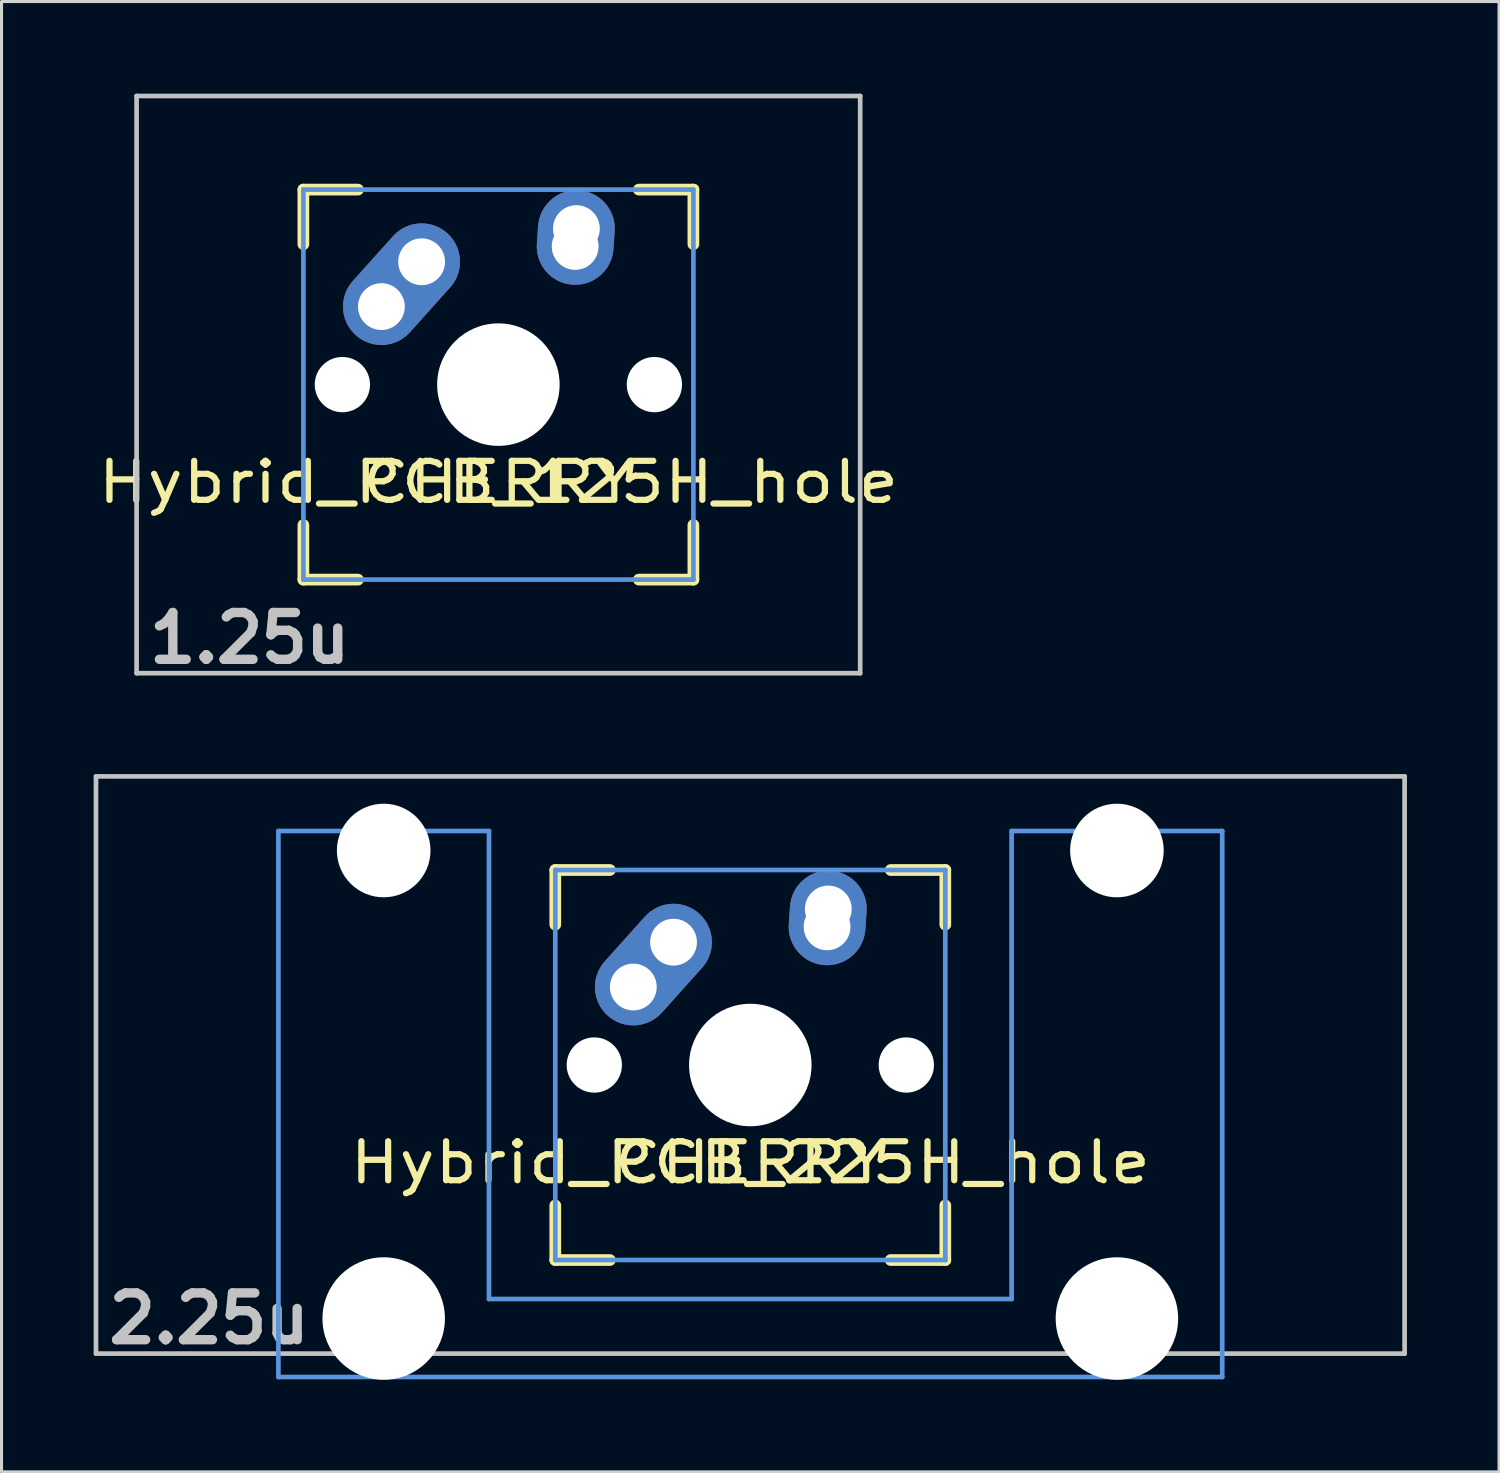
<source format=kicad_pcb>
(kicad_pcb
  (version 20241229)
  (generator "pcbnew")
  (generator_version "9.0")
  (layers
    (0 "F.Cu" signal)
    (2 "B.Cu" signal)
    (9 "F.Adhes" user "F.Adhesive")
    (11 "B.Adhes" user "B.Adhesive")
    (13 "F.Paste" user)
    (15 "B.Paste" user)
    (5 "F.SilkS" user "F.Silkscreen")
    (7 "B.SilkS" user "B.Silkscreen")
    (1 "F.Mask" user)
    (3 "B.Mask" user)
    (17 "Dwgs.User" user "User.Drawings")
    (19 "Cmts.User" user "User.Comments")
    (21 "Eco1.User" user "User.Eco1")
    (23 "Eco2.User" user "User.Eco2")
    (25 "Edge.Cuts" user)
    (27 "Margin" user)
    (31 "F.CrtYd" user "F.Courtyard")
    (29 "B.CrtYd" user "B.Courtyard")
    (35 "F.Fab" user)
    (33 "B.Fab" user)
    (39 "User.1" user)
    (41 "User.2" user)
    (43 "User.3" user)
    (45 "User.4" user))
  (footprint "Hybrid_PCB_225H_hole"
    (layer "F.Cu")
    (at 21.382 31.63)
    (property "Reference" "Hybrid_PCB_225H_hole" (at 0 3.175 0) (layer "F.SilkS") (effects (font (size 1.27 1.524) (thickness 0.203))))
    (attr through_hole)
    (fp_line (start -6.35 -6.35) (end -4.572 -6.35) (stroke (width 0.381) (type solid)) (layer "F.SilkS"))
    (fp_line (start -6.35 -4.572) (end -6.35 -6.35) (stroke (width 0.381) (type solid)) (layer "F.SilkS"))
    (fp_line (start -6.35 6.35) (end -6.35 4.572) (stroke (width 0.381) (type solid)) (layer "F.SilkS"))
    (fp_line (start -4.572 6.35) (end -6.35 6.35) (stroke (width 0.381) (type solid)) (layer "F.SilkS"))
    (fp_line (start 4.572 -6.35) (end 6.35 -6.35) (stroke (width 0.381) (type solid)) (layer "F.SilkS"))
    (fp_line (start 6.35 -6.35) (end 6.35 -4.572) (stroke (width 0.381) (type solid)) (layer "F.SilkS"))
    (fp_line (start 6.35 4.572) (end 6.35 6.35) (stroke (width 0.381) (type solid)) (layer "F.SilkS"))
    (fp_line (start 6.35 6.35) (end 4.572 6.35) (stroke (width 0.381) (type solid)) (layer "F.SilkS"))
    (fp_line (start -21.306 -9.398) (end 21.306 -9.398) (stroke (width 0.152) (type solid)) (layer "Dwgs.User"))
    (fp_line (start -21.306 9.398) (end -21.306 -9.398) (stroke (width 0.152) (type solid)) (layer "Dwgs.User"))
    (fp_line (start 21.306 -9.398) (end 21.306 9.398) (stroke (width 0.152) (type solid)) (layer "Dwgs.User"))
    (fp_line (start 21.306 9.398) (end -21.306 9.398) (stroke (width 0.152) (type solid)) (layer "Dwgs.User"))
    (fp_line (start -15.367 -7.62) (end -15.367 10.16) (stroke (width 0.152) (type solid)) (layer "Cmts.User"))
    (fp_line (start -15.367 10.16) (end 15.367 10.16) (stroke (width 0.152) (type solid)) (layer "Cmts.User"))
    (fp_line (start -8.509 -7.62) (end -15.367 -7.62) (stroke (width 0.152) (type solid)) (layer "Cmts.User"))
    (fp_line (start -8.509 7.62) (end -8.509 -7.62) (stroke (width 0.152) (type solid)) (layer "Cmts.User"))
    (fp_line (start -6.35 -6.35) (end 6.35 -6.35) (stroke (width 0.152) (type solid)) (layer "Cmts.User"))
    (fp_line (start -6.35 6.35) (end -6.35 -6.35) (stroke (width 0.152) (type solid)) (layer "Cmts.User"))
    (fp_line (start 6.35 -6.35) (end 6.35 6.35) (stroke (width 0.152) (type solid)) (layer "Cmts.User"))
    (fp_line (start 6.35 6.35) (end -6.35 6.35) (stroke (width 0.152) (type solid)) (layer "Cmts.User"))
    (fp_line (start 8.509 -7.62) (end 8.509 7.62) (stroke (width 0.152) (type solid)) (layer "Cmts.User"))
    (fp_line (start 8.509 7.62) (end -8.509 7.62) (stroke (width 0.152) (type solid)) (layer "Cmts.User"))
    (fp_line (start 15.367 -7.62) (end 8.509 -7.62) (stroke (width 0.152) (type solid)) (layer "Cmts.User"))
    (fp_line (start 15.367 10.16) (end 15.367 -7.62) (stroke (width 0.152) (type solid)) (layer "Cmts.User"))
    (fp_line (start -16.129 -2.286) (end -15.265 -2.286) (stroke (width 0.152) (type solid)) (layer "Eco2.User"))
    (fp_line (start -16.129 0.508) (end -16.129 -2.286) (stroke (width 0.152) (type solid)) (layer "Eco2.User"))
    (fp_line (start -15.265 -5.69) (end -8.611 -5.69) (stroke (width 0.152) (type solid)) (layer "Eco2.User"))
    (fp_line (start -15.265 -2.286) (end -15.265 -5.69) (stroke (width 0.152) (type solid)) (layer "Eco2.User"))
    (fp_line (start -15.265 0.508) (end -16.129 0.508) (stroke (width 0.152) (type solid)) (layer "Eco2.User"))
    (fp_line (start -15.265 6.604) (end -15.265 0.508) (stroke (width 0.152) (type solid)) (layer "Eco2.User"))
    (fp_line (start -14.224 6.604) (end -15.265 6.604) (stroke (width 0.152) (type solid)) (layer "Eco2.User"))
    (fp_line (start -14.224 7.772) (end -14.224 6.604) (stroke (width 0.152) (type solid)) (layer "Eco2.User"))
    (fp_line (start -9.652 6.604) (end -9.652 7.772) (stroke (width 0.152) (type solid)) (layer "Eco2.User"))
    (fp_line (start -9.652 7.772) (end -14.224 7.772) (stroke (width 0.152) (type solid)) (layer "Eco2.User"))
    (fp_line (start -8.611 -5.69) (end -8.611 -4.877) (stroke (width 0.152) (type solid)) (layer "Eco2.User"))
    (fp_line (start -8.611 -4.877) (end -6.985 -4.877) (stroke (width 0.152) (type solid)) (layer "Eco2.User"))
    (fp_line (start -8.611 5.817) (end -8.611 6.604) (stroke (width 0.152) (type solid)) (layer "Eco2.User"))
    (fp_line (start -8.611 6.604) (end -9.652 6.604) (stroke (width 0.152) (type solid)) (layer "Eco2.User"))
    (fp_line (start -6.985 -6.985) (end 6.985 -6.985) (stroke (width 0.152) (type solid)) (layer "Eco2.User"))
    (fp_line (start -6.985 -4.877) (end -6.985 -6.985) (stroke (width 0.152) (type solid)) (layer "Eco2.User"))
    (fp_line (start -6.985 5.817) (end -8.611 5.817) (stroke (width 0.152) (type solid)) (layer "Eco2.User"))
    (fp_line (start -6.985 6.985) (end -6.985 5.817) (stroke (width 0.152) (type solid)) (layer "Eco2.User"))
    (fp_line (start 6.985 -6.985) (end 6.985 -4.877) (stroke (width 0.152) (type solid)) (layer "Eco2.User"))
    (fp_line (start 6.985 -4.877) (end 8.611 -4.877) (stroke (width 0.152) (type solid)) (layer "Eco2.User"))
    (fp_line (start 6.985 5.817) (end 6.985 6.985) (stroke (width 0.152) (type solid)) (layer "Eco2.User"))
    (fp_line (start 6.985 6.985) (end -6.985 6.985) (stroke (width 0.152) (type solid)) (layer "Eco2.User"))
    (fp_line (start 8.611 -5.69) (end 15.265 -5.69) (stroke (width 0.152) (type solid)) (layer "Eco2.User"))
    (fp_line (start 8.611 -4.877) (end 8.611 -5.69) (stroke (width 0.152) (type solid)) (layer "Eco2.User"))
    (fp_line (start 8.611 5.817) (end 6.985 5.817) (stroke (width 0.152) (type solid)) (layer "Eco2.User"))
    (fp_line (start 8.611 6.604) (end 8.611 5.817) (stroke (width 0.152) (type solid)) (layer "Eco2.User"))
    (fp_line (start 9.652 6.604) (end 8.611 6.604) (stroke (width 0.152) (type solid)) (layer "Eco2.User"))
    (fp_line (start 9.652 7.772) (end 9.652 6.604) (stroke (width 0.152) (type solid)) (layer "Eco2.User"))
    (fp_line (start 14.224 6.604) (end 14.224 7.772) (stroke (width 0.152) (type solid)) (layer "Eco2.User"))
    (fp_line (start 14.224 7.772) (end 9.652 7.772) (stroke (width 0.152) (type solid)) (layer "Eco2.User"))
    (fp_line (start 15.265 -5.69) (end 15.265 -2.286) (stroke (width 0.152) (type solid)) (layer "Eco2.User"))
    (fp_line (start 15.265 -2.286) (end 16.129 -2.286) (stroke (width 0.152) (type solid)) (layer "Eco2.User"))
    (fp_line (start 15.265 0.508) (end 15.265 6.604) (stroke (width 0.152) (type solid)) (layer "Eco2.User"))
    (fp_line (start 15.265 6.604) (end 14.224 6.604) (stroke (width 0.152) (type solid)) (layer "Eco2.User"))
    (fp_line (start 16.129 -2.286) (end 16.129 0.508) (stroke (width 0.152) (type solid)) (layer "Eco2.User"))
    (fp_line (start 16.129 0.508) (end 15.265 0.508) (stroke (width 0.152) (type solid)) (layer "Eco2.User"))
    (fp_text user "CHERRY" (at 0 3.175 0) (layer "F.SilkS") (effects (font (size 1.27 1.524) (thickness 0.203))))
    (fp_text user "2.25u" (at -17.623 8.255 0) (layer "Dwgs.User") (effects (font (size 1.524 1.524) (thickness 0.305))))
    (pad "" np_thru_hole circle (at -11.938 -6.985) (size 3.048 3.048) (drill 3.048) (layers "*.Cu"))
    (pad "" np_thru_hole circle (at -11.938 8.255) (size 3.988 3.988) (drill 3.988) (layers "*.Cu"))
    (pad "" np_thru_hole circle (at -5.08 0) (size 1.8 1.8) (drill 1.8) (layers "*.Cu"))
    (pad "" np_thru_hole circle (at 0 0) (size 3.988 3.988) (drill 3.988) (layers "*.Cu"))
    (pad "" np_thru_hole circle (at 5.08 0) (size 1.8 1.8) (drill 1.8) (layers "*.Cu"))
    (pad "" np_thru_hole circle (at 11.938 -6.985) (size 3.048 3.048) (drill 3.048) (layers "*.Cu"))
    (pad "" np_thru_hole circle (at 11.938 8.255) (size 3.988 3.988) (drill 3.988) (layers "*.Cu"))
    (pad "1" thru_hole circle (at -3.81 -2.54 330.95) (size 2 2) (drill 1.524) (layers "*.Cu" "*.Mask"))
    (pad "1" thru_hole oval (at -3.155 -3.27 138.1) (size 2.5 4.462) (drill 0.001) (layers "*.Cu" "*.Mask"))
    (pad "1" thru_hole circle (at -2.5 -4 330.95) (size 2 2) (drill 1.524) (layers "*.Cu" "*.Mask"))
    (pad "2" thru_hole circle (at 2.5 -4.5 330.95) (size 2 2) (drill 1.524) (layers "*.Cu" "*.Mask"))
    (pad "2" thru_hole oval (at 2.52 -4.79 356.055) (size 2.5 3.081) (drill 0.001) (layers "*.Cu" "*.Mask"))
    (pad "2" thru_hole circle (at 2.54 -5.08 330.95) (size 2 2) (drill 1.524) (layers "*.Cu" "*.Mask")))
  (footprint "Hybrid_PCB_125H_hole"
    (layer "F.Cu")
    (at 13.179 9.474)
    (property "Reference" "Hybrid_PCB_125H_hole" (at 0 3.175 0) (layer "F.SilkS") (effects (font (size 1.27 1.524) (thickness 0.203))))
    (attr through_hole)
    (fp_line (start -6.35 -6.35) (end -4.572 -6.35) (stroke (width 0.381) (type solid)) (layer "F.SilkS"))
    (fp_line (start -6.35 -4.572) (end -6.35 -6.35) (stroke (width 0.381) (type solid)) (layer "F.SilkS"))
    (fp_line (start -6.35 6.35) (end -6.35 4.572) (stroke (width 0.381) (type solid)) (layer "F.SilkS"))
    (fp_line (start -4.572 6.35) (end -6.35 6.35) (stroke (width 0.381) (type solid)) (layer "F.SilkS"))
    (fp_line (start 4.572 -6.35) (end 6.35 -6.35) (stroke (width 0.381) (type solid)) (layer "F.SilkS"))
    (fp_line (start 6.35 -6.35) (end 6.35 -4.572) (stroke (width 0.381) (type solid)) (layer "F.SilkS"))
    (fp_line (start 6.35 4.572) (end 6.35 6.35) (stroke (width 0.381) (type solid)) (layer "F.SilkS"))
    (fp_line (start 6.35 6.35) (end 4.572 6.35) (stroke (width 0.381) (type solid)) (layer "F.SilkS"))
    (fp_line (start -11.781 -9.398) (end 11.781 -9.398) (stroke (width 0.152) (type solid)) (layer "Dwgs.User"))
    (fp_line (start -11.781 9.398) (end -11.781 -9.398) (stroke (width 0.152) (type solid)) (layer "Dwgs.User"))
    (fp_line (start 11.781 -9.398) (end 11.781 9.398) (stroke (width 0.152) (type solid)) (layer "Dwgs.User"))
    (fp_line (start 11.781 9.398) (end -11.781 9.398) (stroke (width 0.152) (type solid)) (layer "Dwgs.User"))
    (fp_line (start -6.35 -6.35) (end 6.35 -6.35) (stroke (width 0.152) (type solid)) (layer "Cmts.User"))
    (fp_line (start -6.35 6.35) (end -6.35 -6.35) (stroke (width 0.152) (type solid)) (layer "Cmts.User"))
    (fp_line (start 6.35 -6.35) (end 6.35 6.35) (stroke (width 0.152) (type solid)) (layer "Cmts.User"))
    (fp_line (start 6.35 6.35) (end -6.35 6.35) (stroke (width 0.152) (type solid)) (layer "Cmts.User"))
    (fp_line (start -6.985 -6.985) (end 6.985 -6.985) (stroke (width 0.152) (type solid)) (layer "Eco2.User"))
    (fp_line (start -6.985 6.985) (end -6.985 -6.985) (stroke (width 0.152) (type solid)) (layer "Eco2.User"))
    (fp_line (start 6.985 -6.985) (end 6.985 6.985) (stroke (width 0.152) (type solid)) (layer "Eco2.User"))
    (fp_line (start 6.985 6.985) (end -6.985 6.985) (stroke (width 0.152) (type solid)) (layer "Eco2.User"))
    (fp_text user "CHERRY" (at 0 3.175 0) (layer "F.SilkS") (effects (font (size 1.27 1.524) (thickness 0.203))))
    (fp_text user "1.25u" (at -8.098 8.255 0) (layer "Dwgs.User") (effects (font (size 1.524 1.524) (thickness 0.305))))
    (pad "" np_thru_hole circle (at -5.08 0) (size 1.8 1.8) (drill 1.8) (layers "*.Cu"))
    (pad "" np_thru_hole circle (at 0 0) (size 3.988 3.988) (drill 3.988) (layers "*.Cu"))
    (pad "" np_thru_hole circle (at 5.08 0) (size 1.8 1.8) (drill 1.8) (layers "*.Cu"))
    (pad "1" thru_hole circle (at -3.81 -2.54 330.95) (size 2 2) (drill 1.524) (layers "*.Cu" "*.Mask"))
    (pad "1" thru_hole oval (at -3.155 -3.27 138.1) (size 2.5 4.462) (drill 0.001) (layers "*.Cu" "*.Mask"))
    (pad "1" thru_hole circle (at -2.5 -4 330.95) (size 2 2) (drill 1.524) (layers "*.Cu" "*.Mask"))
    (pad "2" thru_hole circle (at 2.5 -4.5 330.95) (size 2 2) (drill 1.524) (layers "*.Cu" "*.Mask"))
    (pad "2" thru_hole oval (at 2.52 -4.79 356.055) (size 2.5 3.081) (drill 0.001) (layers "*.Cu" "*.Mask"))
    (pad "2" thru_hole circle (at 2.54 -5.08 330.95) (size 2 2) (drill 1.524) (layers "*.Cu" "*.Mask")))
  (gr_rect
    (start -3 -3)
    (end 45.763 44.879)
    (stroke (width 0.1) (type default))
    (fill no)
    (layer "Edge.Cuts")))
</source>
